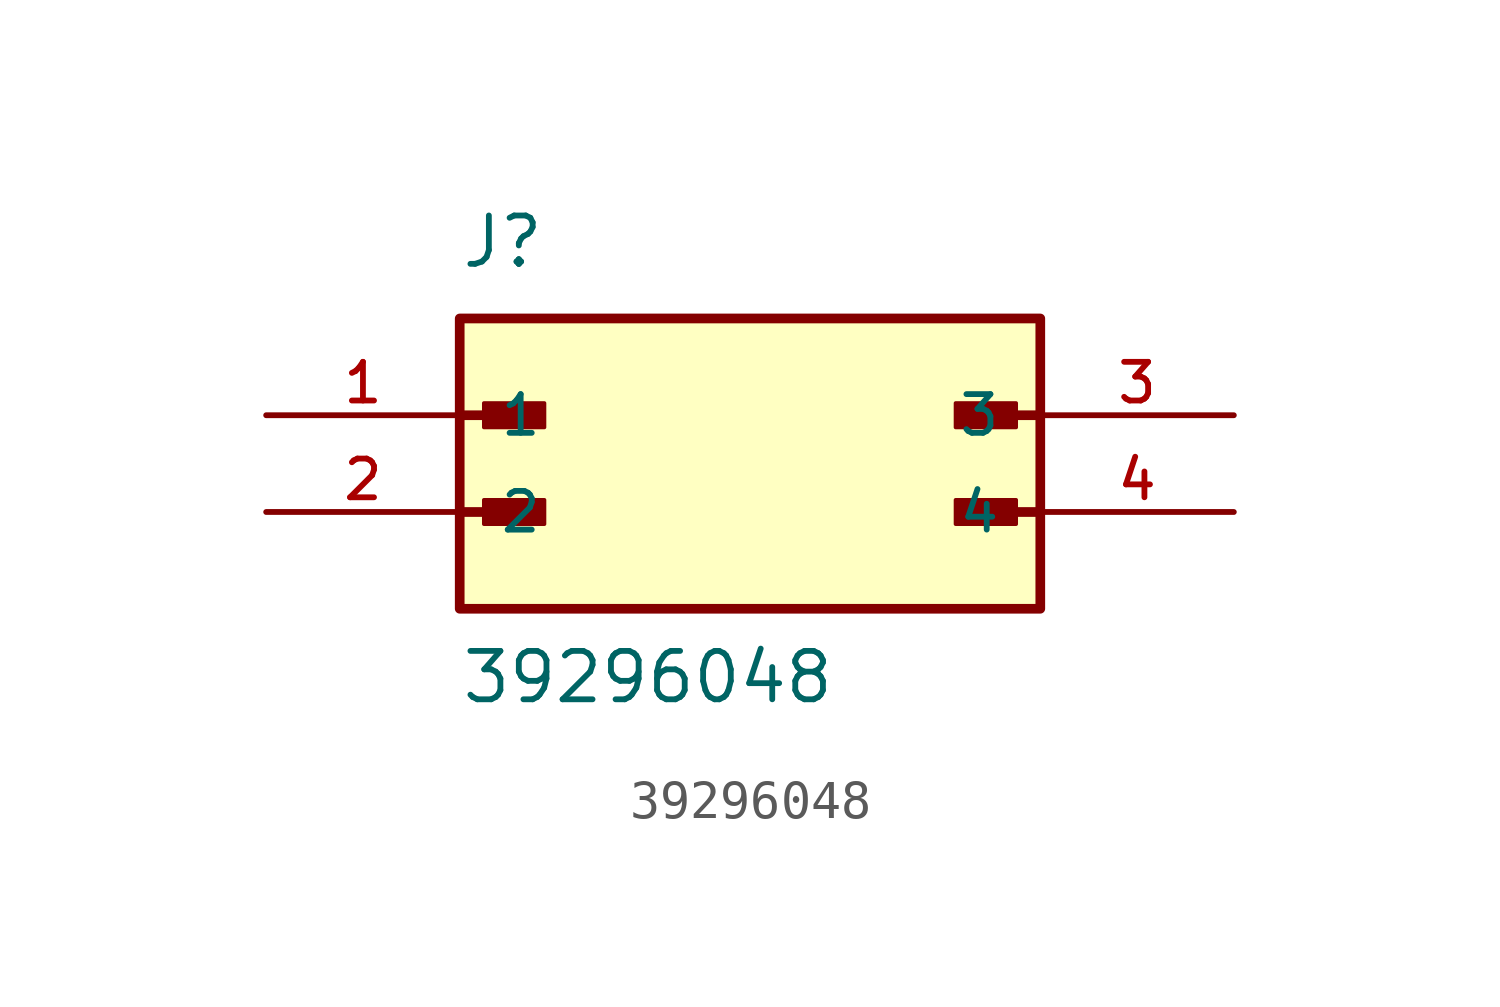
<source format=kicad_sym>
(kicad_symbol_lib
  (version 20211014)
  (generator kicad_symbol_editor)
  (symbol "39296048"
    (pin_names
      (offset 1.016))
    (property "Reference" "J"
      (at -7.62 3.81 0)
      (effects (font (size 1.27 1.27)) (justify bottom left)))
    (property "Value" "39296048"
      (at -7.62 -7.62 0)
      (effects (font (size 1.27 1.27)) (justify bottom left)))
    (symbol "39296048_0_0"
      (polyline (pts (xy -7.62 0.0) (xy -5.715 0.0)) (stroke (width 0.254)))
      (rectangle (start -6.985 -0.318) (end -5.397 0.318) (stroke (width 0.1)) (fill (type outline)))
      (polyline (pts (xy -7.62 -2.54) (xy -5.715 -2.54)) (stroke (width 0.254)))
      (rectangle (start -6.985 -2.857) (end -5.397 -2.223) (stroke (width 0.1)) (fill (type outline)))
      (polyline (pts (xy 7.62 -2.54) (xy 5.715 -2.54)) (stroke (width 0.254)))
      (rectangle (start 5.397 -2.857) (end 6.985 -2.223) (stroke (width 0.1)) (fill (type outline)))
      (polyline (pts (xy 7.62 0.0) (xy 5.715 0.0)) (stroke (width 0.254)))
      (rectangle (start 5.397 -0.318) (end 6.985 0.318) (stroke (width 0.1)) (fill (type outline)))
      (rectangle (start -7.62 -5.08) (end 7.62 2.54) (stroke (width 0.254)) (fill (type background)))
      (pin passive line (at -12.7 0.0 0) (length 5.08) (name "1" (effects (font (size 1.016 1.016)))) (number "1" (effects (font (size 1.016 1.016)))))
      (pin passive line (at -12.7 -2.54 0) (length 5.08) (name "2" (effects (font (size 1.016 1.016)))) (number "2" (effects (font (size 1.016 1.016)))))
      (pin passive line (at 12.7 0.0 180.0) (length 5.08) (name "3" (effects (font (size 1.016 1.016)))) (number "3" (effects (font (size 1.016 1.016)))))
      (pin passive line (at 12.7 -2.54 180.0) (length 5.08) (name "4" (effects (font (size 1.016 1.016)))) (number "4" (effects (font (size 1.016 1.016))))))))
</source>
